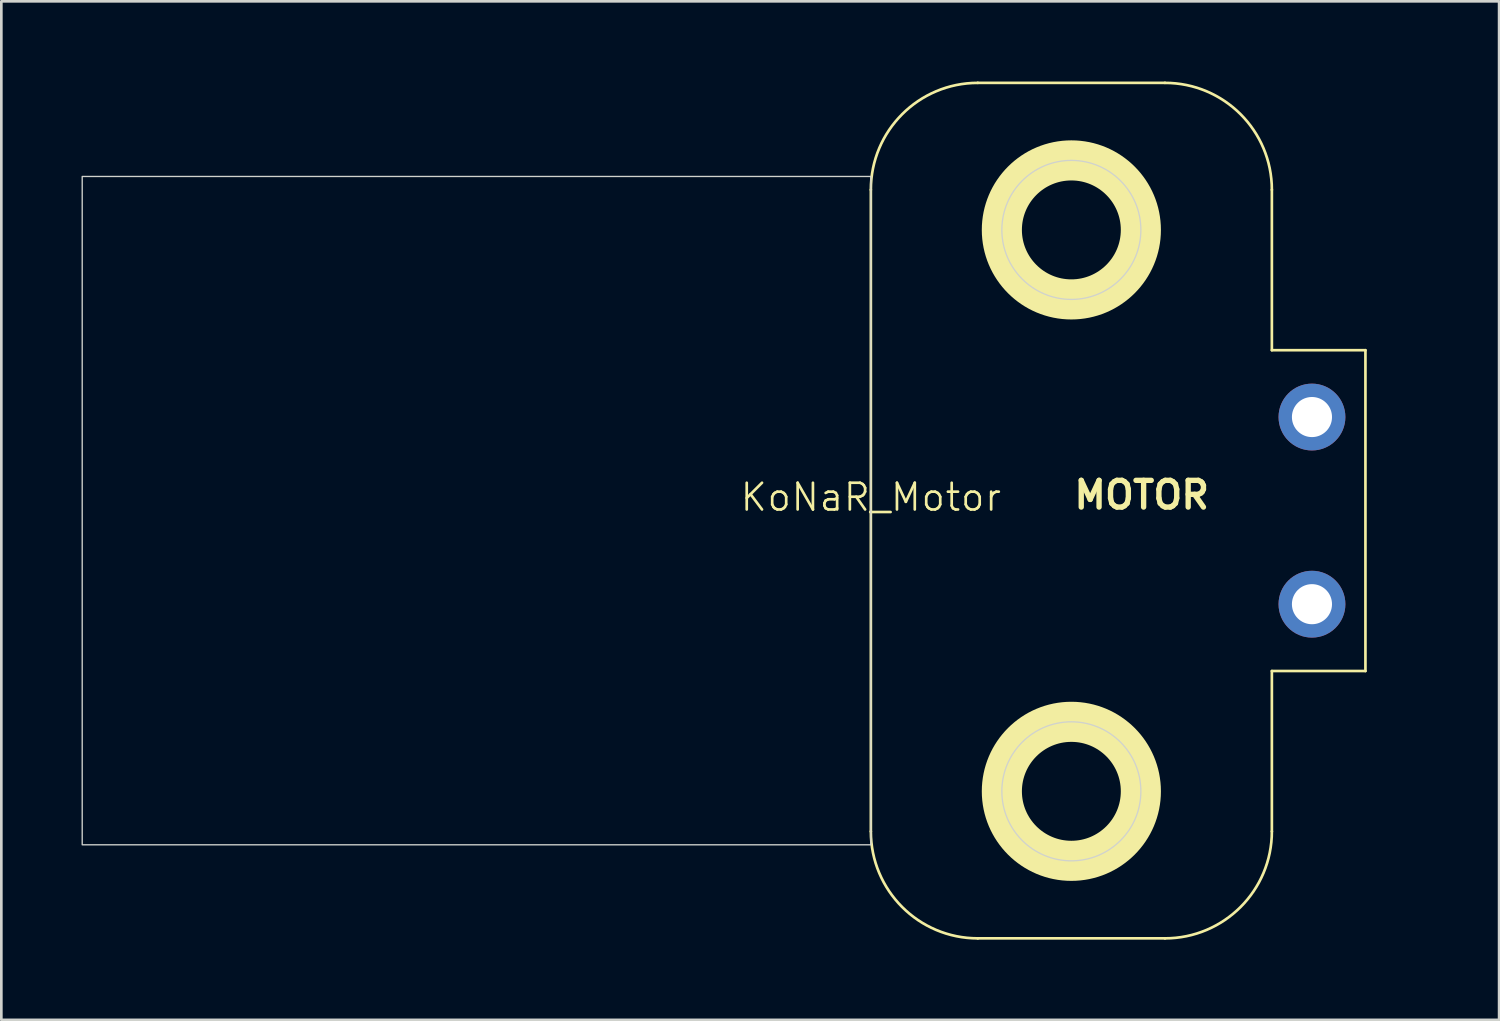
<source format=kicad_pcb>
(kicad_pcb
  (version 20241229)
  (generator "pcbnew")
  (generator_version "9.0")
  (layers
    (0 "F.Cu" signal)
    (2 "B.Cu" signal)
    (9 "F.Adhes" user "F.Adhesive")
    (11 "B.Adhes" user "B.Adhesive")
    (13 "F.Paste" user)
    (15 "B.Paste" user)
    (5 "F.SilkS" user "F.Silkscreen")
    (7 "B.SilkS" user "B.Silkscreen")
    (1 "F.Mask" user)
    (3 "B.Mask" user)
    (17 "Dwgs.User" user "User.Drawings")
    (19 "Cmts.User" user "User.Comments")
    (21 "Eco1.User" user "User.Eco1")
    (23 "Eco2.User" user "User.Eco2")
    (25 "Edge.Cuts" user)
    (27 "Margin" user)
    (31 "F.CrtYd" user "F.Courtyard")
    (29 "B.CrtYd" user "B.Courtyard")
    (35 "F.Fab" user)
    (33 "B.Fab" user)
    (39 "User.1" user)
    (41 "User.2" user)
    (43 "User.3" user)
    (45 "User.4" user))
  (footprint "KoNaR_Motor"
    (layer "F.Cu")
    (at 29.525 16.05)
    (property "Reference" "KoNaR_Motor" (at 0 -0.5 0) (unlocked yes) (layer "F.SilkS") (effects (font (size 1 1) (thickness 0.1))))
    (attr through_hole)
    (fp_line (start 0 -12) (end 0 12) (stroke (width 0.1) (type default)) (layer "F.SilkS"))
    (fp_line (start 4 -16) (end 11 -16) (stroke (width 0.1) (type default)) (layer "F.SilkS"))
    (fp_line (start 4 16) (end 11 16) (stroke (width 0.1) (type default)) (layer "F.SilkS"))
    (fp_line (start 15 -12) (end 15 -6) (stroke (width 0.1) (type default)) (layer "F.SilkS"))
    (fp_line (start 15 6) (end 15 12) (stroke (width 0.1) (type default)) (layer "F.SilkS"))
    (fp_line (start 18.5 -6) (end 15 -6) (stroke (width 0.1) (type default)) (layer "F.SilkS"))
    (fp_line (start 18.5 -6) (end 18.5 6) (stroke (width 0.1) (type default)) (layer "F.SilkS"))
    (fp_line (start 18.5 6) (end 15 6) (stroke (width 0.1) (type default)) (layer "F.SilkS"))
    (fp_arc (start 0 -12) (mid 1.171573 -14.828427) (end 4 -16) (stroke (width 0.1) (type default)) (layer "F.SilkS"))
    (fp_arc (start 4 16) (mid 1.171573 14.828427) (end 0 12) (stroke (width 0.1) (type default)) (layer "F.SilkS"))
    (fp_arc (start 11 -16) (mid 13.828427 -14.828427) (end 15 -12) (stroke (width 0.1) (type default)) (layer "F.SilkS"))
    (fp_arc (start 15 12) (mid 13.828427 14.828427) (end 11 16) (stroke (width 0.1) (type default)) (layer "F.SilkS"))
    (fp_circle (center 7.5 -10.5) (end 10.1 -10.5) (stroke (width 1.5) (type default)) (fill no) (layer "F.SilkS"))
    (fp_circle (center 7.5 10.5) (end 10.1 10.5) (stroke (width 1.5) (type default)) (fill no) (layer "F.SilkS"))
    (fp_rect (start -29.5 -12.5) (end 0 12.5) (stroke (width 0.05) (type default)) (fill no) (layer "Edge.Cuts"))
    (fp_circle (center 7.5 -10.5) (end 10.1 -10.5) (stroke (width 0.05) (type default)) (fill no) (layer "Edge.Cuts"))
    (fp_circle (center 7.5 10.5) (end 10.1 10.5) (stroke (width 0.05) (type default)) (fill no) (layer "Edge.Cuts"))
    (fp_text user "MOTOR" (at 7.5 0 0) (unlocked yes) (layer "F.SilkS") (effects (font (size 1 1) (thickness 0.2) (bold yes)) (justify left bottom)))
    (pad "1" thru_hole circle (at 16.5 -3.5) (size 2.5 2.5) (drill 1.5) (layers "*.Cu" "*.Mask"))
    (pad "2" thru_hole circle (at 16.5 3.5) (size 2.5 2.5) (drill 1.5) (layers "*.Cu" "*.Mask"))
    (zone (net_name "") (layer "F.CrtYd") (hatch edge 2) (connect_pads) (min_thickness 0.25) (filled_areas_thickness no) (keepout (tracks not_allowed) (vias not_allowed) (pads not_allowed) (copperpour allowed) (footprints allowed)) (placement (enabled no)) (fill) (polygon (pts (xy 29.525 3.55) (xy 29.525 28.55) (xy 0.025 28.55) (xy 0.025 3.55))))
    (zone (net_name "") (layer "F.CrtYd") (hatch edge 0.5) (connect_pads) (min_thickness 0.25) (filled_areas_thickness no) (keepout (tracks not_allowed) (vias not_allowed) (pads not_allowed) (copperpour allowed) (footprints allowed)) (placement (enabled no)) (fill) (polygon (pts (xy 48.025 10.05) (xy 50.025 10.05) (xy 50.025 22.05) (xy 48.025 22.05)))))
  (gr_rect
    (start -3 -3)
    (end 53.025 35.1)
    (stroke (width 0.1) (type default))
    (fill no)
    (layer "Edge.Cuts")))
</source>
